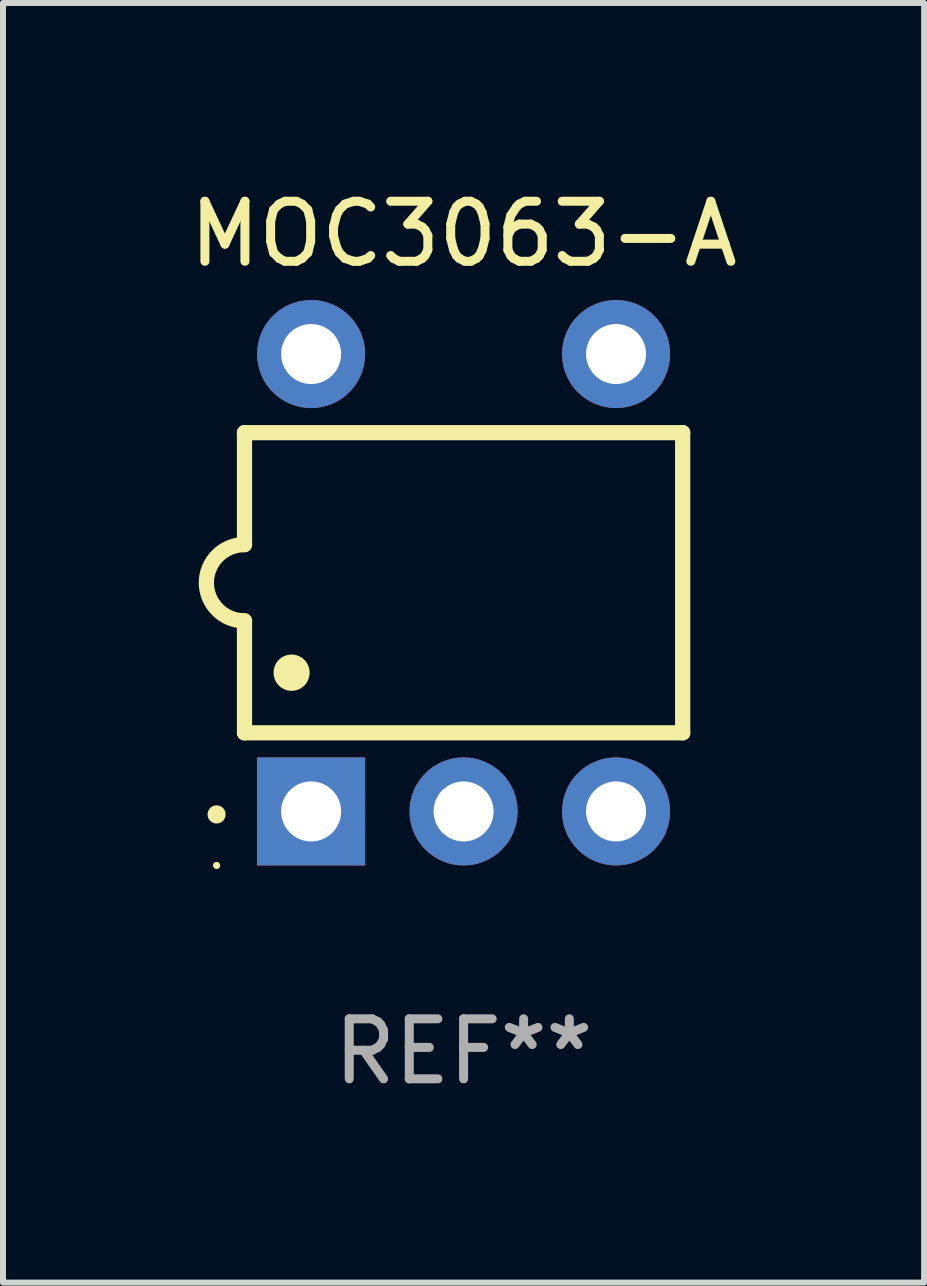
<source format=kicad_pcb>
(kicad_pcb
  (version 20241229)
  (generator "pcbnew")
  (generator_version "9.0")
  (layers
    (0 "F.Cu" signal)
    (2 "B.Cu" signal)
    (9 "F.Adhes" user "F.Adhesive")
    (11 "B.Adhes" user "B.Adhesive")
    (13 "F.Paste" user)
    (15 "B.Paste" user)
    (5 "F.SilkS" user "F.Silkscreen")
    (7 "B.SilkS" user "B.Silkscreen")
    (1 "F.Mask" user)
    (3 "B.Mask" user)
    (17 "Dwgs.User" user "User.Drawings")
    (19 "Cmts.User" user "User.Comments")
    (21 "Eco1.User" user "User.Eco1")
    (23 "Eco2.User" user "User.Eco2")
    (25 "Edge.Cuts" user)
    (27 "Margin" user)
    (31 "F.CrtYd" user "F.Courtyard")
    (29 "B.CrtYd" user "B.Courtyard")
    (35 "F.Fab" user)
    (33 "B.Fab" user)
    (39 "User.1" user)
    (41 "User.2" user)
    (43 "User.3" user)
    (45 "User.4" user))
  (footprint "MOC3063-A"
    (layer "F.Cu")
    (at 4.673 6.658)
    (property "Reference" "MOC3063-A" (at 0 -5.81 0) (layer "F.SilkS") (effects (font (size 1 1) (thickness 0.15))))
    (attr through_hole)
    (fp_line (start -3.65 -2.5) (end 3.65 -2.5) (stroke (width 0.254) (type solid)) (layer "F.SilkS"))
    (fp_line (start -3.65 -0.635) (end -3.65 -2.5) (stroke (width 0.254) (type solid)) (layer "F.SilkS"))
    (fp_line (start -3.65 0.635) (end -3.65 2.5) (stroke (width 0.254) (type solid)) (layer "F.SilkS"))
    (fp_line (start -3.65 2.5) (end 3.65 2.5) (stroke (width 0.254) (type solid)) (layer "F.SilkS"))
    (fp_line (start 3.65 -2.5) (end 3.65 2.5) (stroke (width 0.254) (type solid)) (layer "F.SilkS"))
    (fp_arc (start -4.114808 3.860808) (mid -4.114813 3.859538) (end -4.114808 3.858268) (stroke (width 0.3) (type solid)) (layer "F.SilkS"))
    (fp_arc (start -3.650013 0.635001) (mid -4.285014 0) (end -3.650013 -0.635001) (stroke (width 0.254001) (type solid)) (layer "F.SilkS"))
    (fp_arc (start -2.865405 1.501143) (mid -2.865416 1.498603) (end -2.865405 1.496063) (stroke (width 0.6) (type solid)) (layer "F.SilkS"))
    (fp_circle (center -4.115 4.71) (end -4.085 4.71) (stroke (width 0.06) (type solid)) (fill no) (layer "F.SilkS"))
    (fp_text user "REF**" (at 0 7.81 0) (layer "F.Fab") (effects (font (size 1 1) (thickness 0.15))))
    (pad "1" thru_hole rect (at -2.54 3.81 90) (size 1.8 1.8) (drill 1) (layers "*.Cu" "*.Mask"))
    (pad "2" thru_hole circle (at 0 3.81) (size 1.8 1.8) (drill 1) (layers "*.Cu" "*.Mask"))
    (pad "3" thru_hole circle (at 2.54 3.81) (size 1.8 1.8) (drill 1) (layers "*.Cu" "*.Mask"))
    (pad "4" thru_hole circle (at 2.54 -3.81) (size 1.8 1.8) (drill 1) (layers "*.Cu" "*.Mask"))
    (pad "6" thru_hole circle (at -2.54 -3.81) (size 1.8 1.8) (drill 1) (layers "*.Cu" "*.Mask")))
  (gr_rect
    (start -3 -3)
    (end 12.345 18.317)
    (stroke (width 0.1) (type default))
    (fill no)
    (layer "Edge.Cuts")))
</source>
